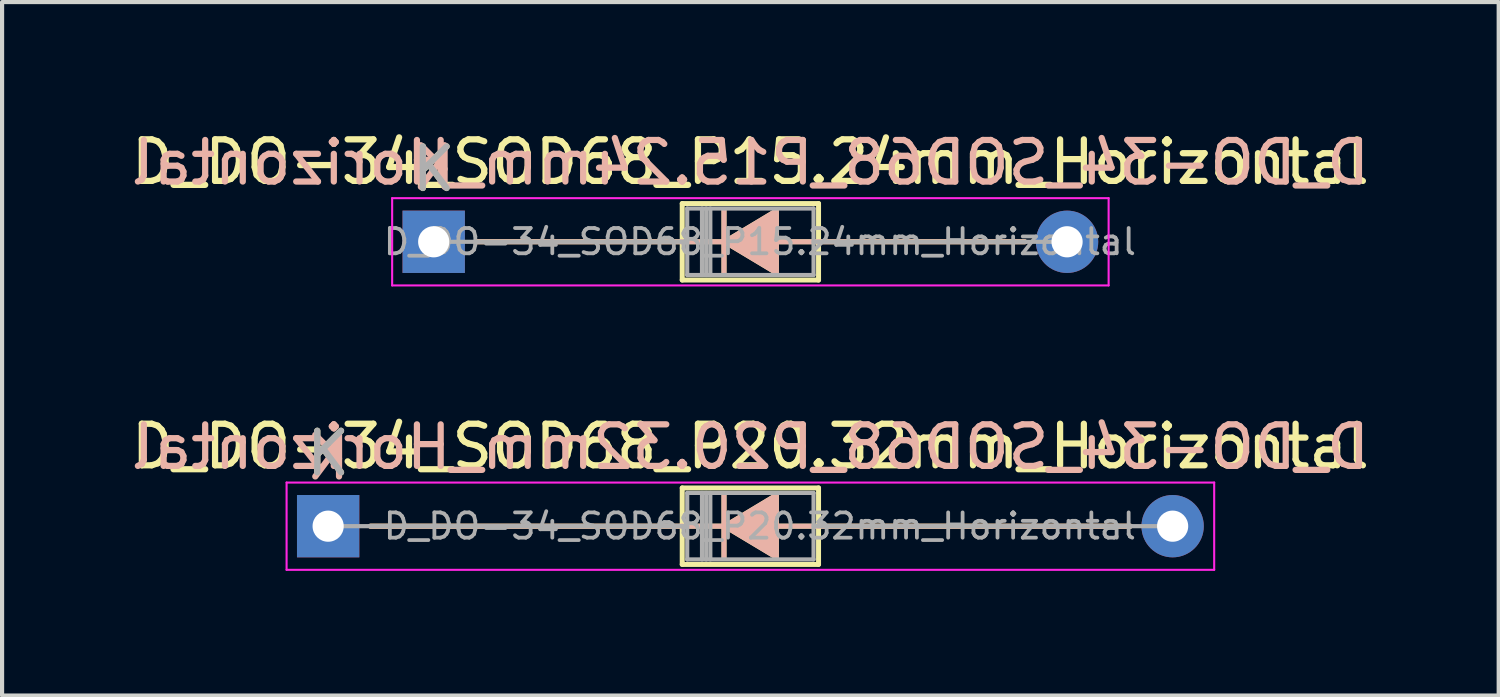
<source format=kicad_pcb>
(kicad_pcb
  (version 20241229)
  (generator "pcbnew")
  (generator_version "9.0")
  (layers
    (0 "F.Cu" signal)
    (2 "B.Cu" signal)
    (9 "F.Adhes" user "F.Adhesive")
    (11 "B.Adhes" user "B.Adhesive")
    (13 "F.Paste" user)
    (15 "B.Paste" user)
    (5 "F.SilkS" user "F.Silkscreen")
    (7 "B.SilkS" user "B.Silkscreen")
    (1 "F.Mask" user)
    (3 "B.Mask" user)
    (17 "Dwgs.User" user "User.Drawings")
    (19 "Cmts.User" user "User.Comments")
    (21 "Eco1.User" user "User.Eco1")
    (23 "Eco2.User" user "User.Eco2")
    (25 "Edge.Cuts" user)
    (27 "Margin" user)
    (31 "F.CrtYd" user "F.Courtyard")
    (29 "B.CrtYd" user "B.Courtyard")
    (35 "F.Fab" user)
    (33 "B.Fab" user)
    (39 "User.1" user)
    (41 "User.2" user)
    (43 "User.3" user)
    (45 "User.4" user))
  (footprint "D_DO-34_SOD68_P20.32mm_Horizontal"
    (layer "F.Cu")
    (at 4.846 9.611)
    (property "Reference" "D_DO-34_SOD68_P20.32mm_Horizontal" (at 10.16 -1.92 0) (layer "F.SilkS") (effects (font (size 1 1) (thickness 0.15))))
    (fp_line (start 1.016 0) (end 8.52 0) (stroke (width 0.12) (type solid)) (layer "F.SilkS"))
    (fp_line (start 8.52 -0.92) (end 8.52 0.92) (stroke (width 0.12) (type solid)) (layer "F.SilkS"))
    (fp_line (start 8.52 0.92) (end 11.8 0.92) (stroke (width 0.12) (type solid)) (layer "F.SilkS"))
    (fp_line (start 9.525 -0.762) (end 9.525 0.762) (stroke (width 0.12) (type solid)) (layer "F.SilkS"))
    (fp_line (start 9.61 0) (end 8.509 0) (stroke (width 0.12) (type solid)) (layer "F.SilkS"))
    (fp_line (start 10.795 0) (end 11.811 0) (stroke (width 0.12) (type solid)) (layer "F.SilkS"))
    (fp_line (start 11.8 -0.92) (end 8.52 -0.92) (stroke (width 0.12) (type solid)) (layer "F.SilkS"))
    (fp_line (start 11.8 0.92) (end 11.8 -0.92) (stroke (width 0.12) (type solid)) (layer "F.SilkS"))
    (fp_line (start 19.304 0) (end 11.8 0) (stroke (width 0.12) (type solid)) (layer "F.SilkS"))
    (fp_poly (pts (xy 10.795 0.762) (xy 9.525 0) (xy 10.795 -0.762)) (stroke (width 0.1) (type solid)) (fill yes) (layer "F.SilkS"))
    (fp_line (start 1.016 0) (end 8.52 0) (stroke (width 0.12) (type solid)) (layer "B.SilkS"))
    (fp_line (start 9.525 0.762) (end 9.525 -0.762) (stroke (width 0.12) (type solid)) (layer "B.SilkS"))
    (fp_line (start 9.61 0) (end 8.509 0) (stroke (width 0.12) (type solid)) (layer "B.SilkS"))
    (fp_line (start 10.795 0) (end 11.811 0) (stroke (width 0.12) (type solid)) (layer "B.SilkS"))
    (fp_line (start 19.304 0) (end 11.8 0) (stroke (width 0.12) (type solid)) (layer "B.SilkS"))
    (fp_poly (pts (xy 10.795 -0.762) (xy 9.525 0) (xy 10.795 0.762)) (stroke (width 0.1) (type solid)) (fill yes) (layer "B.SilkS"))
    (fp_line (start -1 -1.05) (end -1 1.05) (stroke (width 0.05) (type solid)) (layer "F.CrtYd"))
    (fp_line (start -1 1.05) (end 21.32 1.05) (stroke (width 0.05) (type solid)) (layer "F.CrtYd"))
    (fp_line (start 21.32 -1.05) (end -1 -1.05) (stroke (width 0.05) (type solid)) (layer "F.CrtYd"))
    (fp_line (start 21.32 1.05) (end 21.32 -1.05) (stroke (width 0.05) (type solid)) (layer "F.CrtYd"))
    (fp_line (start 0 0) (end 8.64 0) (stroke (width 0.1) (type solid)) (layer "F.Fab"))
    (fp_line (start 8.64 -0.8) (end 8.64 0.8) (stroke (width 0.1) (type solid)) (layer "F.Fab"))
    (fp_line (start 8.64 0.8) (end 11.68 0.8) (stroke (width 0.1) (type solid)) (layer "F.Fab"))
    (fp_line (start 8.996 -0.8) (end 8.996 0.8) (stroke (width 0.1) (type solid)) (layer "F.Fab"))
    (fp_line (start 9.096 -0.8) (end 9.096 0.8) (stroke (width 0.1) (type solid)) (layer "F.Fab"))
    (fp_line (start 9.196 -0.8) (end 9.196 0.8) (stroke (width 0.1) (type solid)) (layer "F.Fab"))
    (fp_line (start 11.68 -0.8) (end 8.64 -0.8) (stroke (width 0.1) (type solid)) (layer "F.Fab"))
    (fp_line (start 11.68 0.8) (end 11.68 -0.8) (stroke (width 0.1) (type solid)) (layer "F.Fab"))
    (fp_line (start 20.32 0) (end 11.68 0) (stroke (width 0.1) (type solid)) (layer "F.Fab"))
    (fp_text user "K" (at 0 -1.75 0) (layer "F.SilkS") (effects (font (size 1 1) (thickness 0.15))))
    (fp_text user "K" (at 0 -1.651 0) (layer "B.SilkS") (effects (font (size 1 1) (thickness 0.15)) (justify mirror)))
    (fp_text user "${REFERENCE}" (at 10.16 -1.905 0) (layer "B.SilkS") (effects (font (size 1 1) (thickness 0.15)) (justify mirror)))
    (fp_text user "${REFERENCE}" (at 10.388 0 0) (layer "F.Fab") (effects (font (size 0.608 0.608) (thickness 0.091))))
    (fp_text user "K" (at 0 -1.75 0) (layer "F.Fab") (effects (font (size 1 1) (thickness 0.15))))
    (pad "1" thru_hole rect (at 0 0) (size 1.5 1.5) (drill 0.75) (layers "*.Cu" "*.Mask"))
    (pad "2" thru_hole oval (at 20.32 0) (size 1.5 1.5) (drill 0.75) (layers "*.Cu" "*.Mask")))
  (footprint "D_DO-34_SOD68_P15.24mm_Horizontal"
    (layer "F.Cu")
    (at 7.386 2.768)
    (property "Reference" "D_DO-34_SOD68_P15.24mm_Horizontal" (at 7.62 -1.92 0) (layer "F.SilkS") (effects (font (size 1 1) (thickness 0.15))))
    (fp_line (start 1.016 0) (end 5.98 0) (stroke (width 0.12) (type solid)) (layer "F.SilkS"))
    (fp_line (start 5.98 -0.92) (end 5.98 0.92) (stroke (width 0.12) (type solid)) (layer "F.SilkS"))
    (fp_line (start 5.98 0.92) (end 9.26 0.92) (stroke (width 0.12) (type solid)) (layer "F.SilkS"))
    (fp_line (start 6.985 -0.762) (end 6.985 0.762) (stroke (width 0.12) (type solid)) (layer "F.SilkS"))
    (fp_line (start 7.07 0) (end 5.969 0) (stroke (width 0.12) (type solid)) (layer "F.SilkS"))
    (fp_line (start 8.255 0) (end 9.271 0) (stroke (width 0.12) (type solid)) (layer "F.SilkS"))
    (fp_line (start 9.26 -0.92) (end 5.98 -0.92) (stroke (width 0.12) (type solid)) (layer "F.SilkS"))
    (fp_line (start 9.26 0.92) (end 9.26 -0.92) (stroke (width 0.12) (type solid)) (layer "F.SilkS"))
    (fp_line (start 14.224 0) (end 9.26 0) (stroke (width 0.12) (type solid)) (layer "F.SilkS"))
    (fp_poly (pts (xy 8.255 0.762) (xy 6.985 0) (xy 8.255 -0.762)) (stroke (width 0.1) (type solid)) (fill yes) (layer "F.SilkS"))
    (fp_line (start 1.016 0) (end 5.98 0) (stroke (width 0.12) (type solid)) (layer "B.SilkS"))
    (fp_line (start 6.985 0.762) (end 6.985 -0.762) (stroke (width 0.12) (type solid)) (layer "B.SilkS"))
    (fp_line (start 7.07 0) (end 5.969 0) (stroke (width 0.12) (type solid)) (layer "B.SilkS"))
    (fp_line (start 8.255 0) (end 9.271 0) (stroke (width 0.12) (type solid)) (layer "B.SilkS"))
    (fp_line (start 14.224 0) (end 9.26 0) (stroke (width 0.12) (type solid)) (layer "B.SilkS"))
    (fp_poly (pts (xy 8.255 -0.762) (xy 6.985 0) (xy 8.255 0.762)) (stroke (width 0.1) (type solid)) (fill yes) (layer "B.SilkS"))
    (fp_line (start -1 -1.05) (end -1 1.05) (stroke (width 0.05) (type solid)) (layer "F.CrtYd"))
    (fp_line (start -1 1.05) (end 16.24 1.05) (stroke (width 0.05) (type solid)) (layer "F.CrtYd"))
    (fp_line (start 16.24 -1.05) (end -1 -1.05) (stroke (width 0.05) (type solid)) (layer "F.CrtYd"))
    (fp_line (start 16.24 1.05) (end 16.24 -1.05) (stroke (width 0.05) (type solid)) (layer "F.CrtYd"))
    (fp_line (start 0 0) (end 6.1 0) (stroke (width 0.1) (type solid)) (layer "F.Fab"))
    (fp_line (start 6.1 -0.8) (end 6.1 0.8) (stroke (width 0.1) (type solid)) (layer "F.Fab"))
    (fp_line (start 6.1 0.8) (end 9.14 0.8) (stroke (width 0.1) (type solid)) (layer "F.Fab"))
    (fp_line (start 6.456 -0.8) (end 6.456 0.8) (stroke (width 0.1) (type solid)) (layer "F.Fab"))
    (fp_line (start 6.556 -0.8) (end 6.556 0.8) (stroke (width 0.1) (type solid)) (layer "F.Fab"))
    (fp_line (start 6.656 -0.8) (end 6.656 0.8) (stroke (width 0.1) (type solid)) (layer "F.Fab"))
    (fp_line (start 9.14 -0.8) (end 6.1 -0.8) (stroke (width 0.1) (type solid)) (layer "F.Fab"))
    (fp_line (start 9.14 0.8) (end 9.14 -0.8) (stroke (width 0.1) (type solid)) (layer "F.Fab"))
    (fp_line (start 15.24 0) (end 9.14 0) (stroke (width 0.1) (type solid)) (layer "F.Fab"))
    (fp_text user "K" (at 0 -1.75 0) (layer "F.SilkS") (effects (font (size 1 1) (thickness 0.15))))
    (fp_text user "K" (at 0 -1.778 0) (layer "B.SilkS") (effects (font (size 1 1) (thickness 0.15)) (justify mirror)))
    (fp_text user "${REFERENCE}" (at 7.62 -1.905 0) (layer "B.SilkS") (effects (font (size 1 1) (thickness 0.15)) (justify mirror)))
    (fp_text user "K" (at 0 -1.75 0) (layer "F.Fab") (effects (font (size 1 1) (thickness 0.15))))
    (fp_text user "${REFERENCE}" (at 7.848 0 0) (layer "F.Fab") (effects (font (size 0.608 0.608) (thickness 0.091))))
    (pad "1" thru_hole rect (at 0 0) (size 1.5 1.5) (drill 0.75) (layers "*.Cu" "*.Mask"))
    (pad "2" thru_hole oval (at 15.24 0) (size 1.5 1.5) (drill 0.75) (layers "*.Cu" "*.Mask")))
  (gr_rect
    (start -3 -3)
    (end 33.012 13.687)
    (stroke (width 0.1) (type default))
    (fill no)
    (layer "Edge.Cuts")))
</source>
